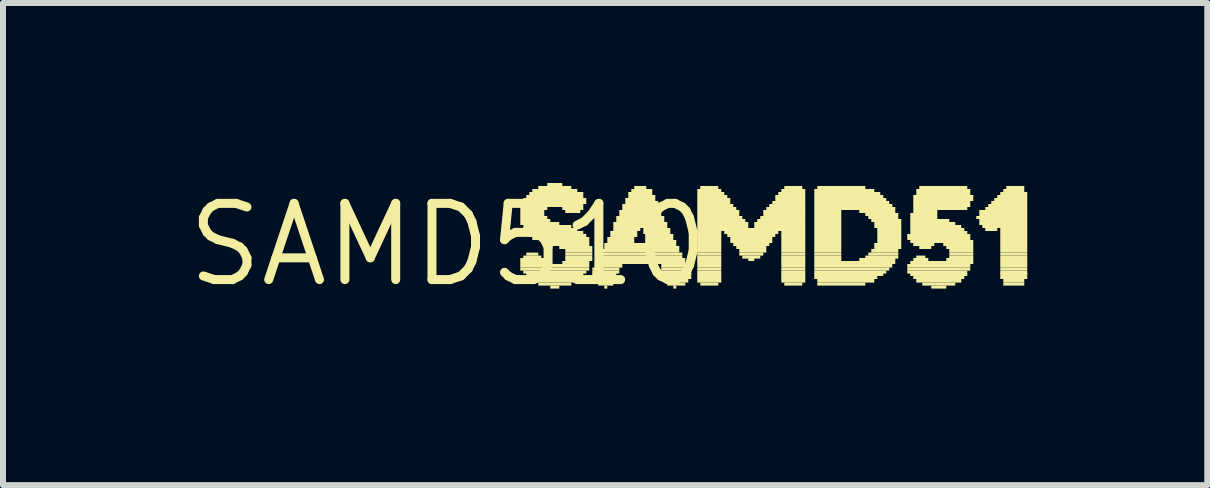
<source format=kicad_pcb>
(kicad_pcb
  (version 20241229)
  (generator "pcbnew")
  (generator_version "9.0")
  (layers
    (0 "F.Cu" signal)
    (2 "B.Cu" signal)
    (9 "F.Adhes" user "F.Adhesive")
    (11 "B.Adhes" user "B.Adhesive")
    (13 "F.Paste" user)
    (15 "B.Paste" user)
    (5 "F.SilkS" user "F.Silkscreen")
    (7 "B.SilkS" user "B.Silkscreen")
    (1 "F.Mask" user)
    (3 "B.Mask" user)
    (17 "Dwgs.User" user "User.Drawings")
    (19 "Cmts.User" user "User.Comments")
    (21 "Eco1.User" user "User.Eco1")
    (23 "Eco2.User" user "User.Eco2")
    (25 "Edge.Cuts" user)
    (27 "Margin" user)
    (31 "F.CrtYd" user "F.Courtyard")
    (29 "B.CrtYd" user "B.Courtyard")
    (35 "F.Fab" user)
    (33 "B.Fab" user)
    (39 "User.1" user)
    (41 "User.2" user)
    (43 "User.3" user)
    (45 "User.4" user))
  (footprint "SAMD510"
    (layer "F.Cu")
    (at 4.422 1.03)
    (property "Reference" "SAMD510" (at 0 0 0) (layer "F.SilkS") (effects (font (size 1.27 1.27) (thickness 0.15))))
    (fp_poly (pts (xy 1.2 -0.63) (xy 2.25 -0.63) (xy 2.25 -0.68) (xy 1.2 -0.68)) (stroke (width 0) (type default)) (fill yes) (layer "F.SilkS"))
    (fp_poly (pts (xy 1.2 -0.58) (xy 1.65 -0.58) (xy 1.65 -0.63) (xy 1.2 -0.63)) (stroke (width 0) (type default)) (fill yes) (layer "F.SilkS"))
    (fp_poly (pts (xy 1.2 -0.53) (xy 1.6 -0.53) (xy 1.6 -0.58) (xy 1.2 -0.58)) (stroke (width 0) (type default)) (fill yes) (layer "F.SilkS"))
    (fp_poly (pts (xy 1.2 -0.48) (xy 1.6 -0.48) (xy 1.6 -0.53) (xy 1.2 -0.53)) (stroke (width 0) (type default)) (fill yes) (layer "F.SilkS"))
    (fp_poly (pts (xy 1.2 -0.43) (xy 1.65 -0.43) (xy 1.65 -0.48) (xy 1.2 -0.48)) (stroke (width 0) (type default)) (fill yes) (layer "F.SilkS"))
    (fp_poly (pts (xy 1.2 -0.38) (xy 1.7 -0.38) (xy 1.7 -0.43) (xy 1.2 -0.43)) (stroke (width 0) (type default)) (fill yes) (layer "F.SilkS"))
    (fp_poly (pts (xy 1.2 -0.33) (xy 1.85 -0.33) (xy 1.85 -0.38) (xy 1.2 -0.38)) (stroke (width 0) (type default)) (fill yes) (layer "F.SilkS"))
    (fp_poly (pts (xy 1.2 0.27) (xy 1.6 0.27) (xy 1.6 0.22) (xy 1.2 0.22)) (stroke (width 0) (type default)) (fill yes) (layer "F.SilkS"))
    (fp_poly (pts (xy 1.2 0.32) (xy 1.7 0.32) (xy 1.7 0.27) (xy 1.2 0.27)) (stroke (width 0) (type default)) (fill yes) (layer "F.SilkS"))
    (fp_poly (pts (xy 1.2 0.38) (xy 2.35 0.38) (xy 2.35 0.32) (xy 1.2 0.32)) (stroke (width 0) (type default)) (fill yes) (layer "F.SilkS"))
    (fp_poly (pts (xy 1.2 0.43) (xy 2.35 0.43) (xy 2.35 0.38) (xy 1.2 0.38)) (stroke (width 0) (type default)) (fill yes) (layer "F.SilkS"))
    (fp_poly (pts (xy 1.25 -0.73) (xy 2.3 -0.73) (xy 2.3 -0.78) (xy 1.25 -0.78)) (stroke (width 0) (type default)) (fill yes) (layer "F.SilkS"))
    (fp_poly (pts (xy 1.25 -0.68) (xy 2.3 -0.68) (xy 2.3 -0.73) (xy 1.25 -0.73)) (stroke (width 0) (type default)) (fill yes) (layer "F.SilkS"))
    (fp_poly (pts (xy 1.25 -0.28) (xy 2.05 -0.28) (xy 2.05 -0.33) (xy 1.25 -0.33)) (stroke (width 0) (type default)) (fill yes) (layer "F.SilkS"))
    (fp_poly (pts (xy 1.25 -0.23) (xy 2.15 -0.23) (xy 2.15 -0.28) (xy 1.25 -0.28)) (stroke (width 0) (type default)) (fill yes) (layer "F.SilkS"))
    (fp_poly (pts (xy 1.25 0.23) (xy 1.55 0.23) (xy 1.55 0.18) (xy 1.25 0.18)) (stroke (width 0) (type default)) (fill yes) (layer "F.SilkS"))
    (fp_poly (pts (xy 1.25 0.48) (xy 2.3 0.48) (xy 2.3 0.43) (xy 1.25 0.43)) (stroke (width 0) (type default)) (fill yes) (layer "F.SilkS"))
    (fp_poly (pts (xy 1.3 -0.78) (xy 2.25 -0.78) (xy 2.25 -0.83) (xy 1.3 -0.83)) (stroke (width 0) (type default)) (fill yes) (layer "F.SilkS"))
    (fp_poly (pts (xy 1.3 -0.18) (xy 2.25 -0.18) (xy 2.25 -0.23) (xy 1.3 -0.23)) (stroke (width 0) (type default)) (fill yes) (layer "F.SilkS"))
    (fp_poly (pts (xy 1.3 0.18) (xy 1.5 0.18) (xy 1.5 0.13) (xy 1.3 0.13)) (stroke (width 0) (type default)) (fill yes) (layer "F.SilkS"))
    (fp_poly (pts (xy 1.3 0.52) (xy 2.25 0.52) (xy 2.25 0.47) (xy 1.3 0.47)) (stroke (width 0) (type default)) (fill yes) (layer "F.SilkS"))
    (fp_poly (pts (xy 1.35 -0.83) (xy 2.25 -0.83) (xy 2.25 -0.88) (xy 1.35 -0.88)) (stroke (width 0) (type default)) (fill yes) (layer "F.SilkS"))
    (fp_poly (pts (xy 1.35 -0.13) (xy 2.3 -0.13) (xy 2.3 -0.18) (xy 1.35 -0.18)) (stroke (width 0) (type default)) (fill yes) (layer "F.SilkS"))
    (fp_poly (pts (xy 1.35 0.57) (xy 2.2 0.57) (xy 2.2 0.52) (xy 1.35 0.52)) (stroke (width 0) (type default)) (fill yes) (layer "F.SilkS"))
    (fp_poly (pts (xy 1.4 -0.88) (xy 2.15 -0.88) (xy 2.15 -0.93) (xy 1.4 -0.93)) (stroke (width 0) (type default)) (fill yes) (layer "F.SilkS"))
    (fp_poly (pts (xy 1.4 -0.08) (xy 2.35 -0.08) (xy 2.35 -0.13) (xy 1.4 -0.13)) (stroke (width 0) (type default)) (fill yes) (layer "F.SilkS"))
    (fp_poly (pts (xy 1.4 0.63) (xy 2.15 0.63) (xy 2.15 0.57) (xy 1.4 0.57)) (stroke (width 0) (type default)) (fill yes) (layer "F.SilkS"))
    (fp_poly (pts (xy 1.5 -0.93) (xy 2.05 -0.93) (xy 2.05 -0.98) (xy 1.5 -0.98)) (stroke (width 0) (type default)) (fill yes) (layer "F.SilkS"))
    (fp_poly (pts (xy 1.5 0.68) (xy 2.05 0.68) (xy 2.05 0.63) (xy 1.5 0.63)) (stroke (width 0) (type default)) (fill yes) (layer "F.SilkS"))
    (fp_poly (pts (xy 1.55 -0.03) (xy 2.35 -0.03) (xy 2.35 -0.08) (xy 1.55 -0.08)) (stroke (width 0) (type default)) (fill yes) (layer "F.SilkS"))
    (fp_poly (pts (xy 1.65 -0.98) (xy 1.9 -0.98) (xy 1.9 -1.03) (xy 1.65 -1.03)) (stroke (width 0) (type default)) (fill yes) (layer "F.SilkS"))
    (fp_poly (pts (xy 1.65 0.02) (xy 2.35 0.02) (xy 2.35 -0.03) (xy 1.65 -0.03)) (stroke (width 0) (type default)) (fill yes) (layer "F.SilkS"))
    (fp_poly (pts (xy 1.7 0.73) (xy 1.85 0.73) (xy 1.85 0.68) (xy 1.7 0.68)) (stroke (width 0) (type default)) (fill yes) (layer "F.SilkS"))
    (fp_poly (pts (xy 1.85 0.07) (xy 2.4 0.07) (xy 2.4 0.02) (xy 1.85 0.02)) (stroke (width 0) (type default)) (fill yes) (layer "F.SilkS"))
    (fp_poly (pts (xy 1.9 -0.58) (xy 2.25 -0.58) (xy 2.25 -0.63) (xy 1.9 -0.63)) (stroke (width 0) (type default)) (fill yes) (layer "F.SilkS"))
    (fp_poly (pts (xy 1.9 0.32) (xy 2.35 0.32) (xy 2.35 0.27) (xy 1.9 0.27)) (stroke (width 0) (type default)) (fill yes) (layer "F.SilkS"))
    (fp_poly (pts (xy 1.95 -0.53) (xy 2.2 -0.53) (xy 2.2 -0.58) (xy 1.95 -0.58)) (stroke (width 0) (type default)) (fill yes) (layer "F.SilkS"))
    (fp_poly (pts (xy 1.95 0.13) (xy 2.4 0.13) (xy 2.4 0.07) (xy 1.95 0.07)) (stroke (width 0) (type default)) (fill yes) (layer "F.SilkS"))
    (fp_poly (pts (xy 1.95 0.18) (xy 2.4 0.18) (xy 2.4 0.13) (xy 1.95 0.13)) (stroke (width 0) (type default)) (fill yes) (layer "F.SilkS"))
    (fp_poly (pts (xy 1.95 0.23) (xy 2.4 0.23) (xy 2.4 0.18) (xy 1.95 0.18)) (stroke (width 0) (type default)) (fill yes) (layer "F.SilkS"))
    (fp_poly (pts (xy 1.95 0.27) (xy 2.4 0.27) (xy 2.4 0.22) (xy 1.95 0.22)) (stroke (width 0) (type default)) (fill yes) (layer "F.SilkS"))
    (fp_poly (pts (xy 2.4 0.43) (xy 2.85 0.43) (xy 2.85 0.38) (xy 2.4 0.38)) (stroke (width 0) (type default)) (fill yes) (layer "F.SilkS"))
    (fp_poly (pts (xy 2.4 0.48) (xy 2.85 0.48) (xy 2.85 0.43) (xy 2.4 0.43)) (stroke (width 0) (type default)) (fill yes) (layer "F.SilkS"))
    (fp_poly (pts (xy 2.4 0.52) (xy 2.8 0.52) (xy 2.8 0.47) (xy 2.4 0.47)) (stroke (width 0) (type default)) (fill yes) (layer "F.SilkS"))
    (fp_poly (pts (xy 2.4 0.57) (xy 2.8 0.57) (xy 2.8 0.52) (xy 2.4 0.52)) (stroke (width 0) (type default)) (fill yes) (layer "F.SilkS"))
    (fp_poly (pts (xy 2.4 0.63) (xy 2.75 0.63) (xy 2.75 0.57) (xy 2.4 0.57)) (stroke (width 0) (type default)) (fill yes) (layer "F.SilkS"))
    (fp_poly (pts (xy 2.45 0.32) (xy 3.95 0.32) (xy 3.95 0.27) (xy 2.45 0.27)) (stroke (width 0) (type default)) (fill yes) (layer "F.SilkS"))
    (fp_poly (pts (xy 2.45 0.38) (xy 2.9 0.38) (xy 2.9 0.32) (xy 2.45 0.32)) (stroke (width 0) (type default)) (fill yes) (layer "F.SilkS"))
    (fp_poly (pts (xy 2.5 0.23) (xy 3.9 0.23) (xy 3.9 0.18) (xy 2.5 0.18)) (stroke (width 0) (type default)) (fill yes) (layer "F.SilkS"))
    (fp_poly (pts (xy 2.5 0.27) (xy 3.95 0.27) (xy 3.95 0.22) (xy 2.5 0.22)) (stroke (width 0) (type default)) (fill yes) (layer "F.SilkS"))
    (fp_poly (pts (xy 2.5 0.68) (xy 2.75 0.68) (xy 2.75 0.63) (xy 2.5 0.63)) (stroke (width 0) (type default)) (fill yes) (layer "F.SilkS"))
    (fp_poly (pts (xy 2.55 0.13) (xy 3.85 0.13) (xy 3.85 0.07) (xy 2.55 0.07)) (stroke (width 0) (type default)) (fill yes) (layer "F.SilkS"))
    (fp_poly (pts (xy 2.55 0.18) (xy 3.9 0.18) (xy 3.9 0.13) (xy 2.55 0.13)) (stroke (width 0) (type default)) (fill yes) (layer "F.SilkS"))
    (fp_poly (pts (xy 2.6 0.02) (xy 3.8 0.02) (xy 3.8 -0.03) (xy 2.6 -0.03)) (stroke (width 0) (type default)) (fill yes) (layer "F.SilkS"))
    (fp_poly (pts (xy 2.6 0.07) (xy 3.85 0.07) (xy 3.85 0.02) (xy 2.6 0.02)) (stroke (width 0) (type default)) (fill yes) (layer "F.SilkS"))
    (fp_poly (pts (xy 2.6 0.73) (xy 2.65 0.73) (xy 2.65 0.68) (xy 2.6 0.68)) (stroke (width 0) (type default)) (fill yes) (layer "F.SilkS"))
    (fp_poly (pts (xy 2.65 -0.08) (xy 3.1 -0.08) (xy 3.1 -0.13) (xy 2.65 -0.13)) (stroke (width 0) (type default)) (fill yes) (layer "F.SilkS"))
    (fp_poly (pts (xy 2.65 -0.03) (xy 3.1 -0.03) (xy 3.1 -0.08) (xy 2.65 -0.08)) (stroke (width 0) (type default)) (fill yes) (layer "F.SilkS"))
    (fp_poly (pts (xy 2.7 -0.18) (xy 3.15 -0.18) (xy 3.15 -0.23) (xy 2.7 -0.23)) (stroke (width 0) (type default)) (fill yes) (layer "F.SilkS"))
    (fp_poly (pts (xy 2.7 -0.13) (xy 3.15 -0.13) (xy 3.15 -0.18) (xy 2.7 -0.18)) (stroke (width 0) (type default)) (fill yes) (layer "F.SilkS"))
    (fp_poly (pts (xy 2.75 -0.33) (xy 3.65 -0.33) (xy 3.65 -0.38) (xy 2.75 -0.38)) (stroke (width 0) (type default)) (fill yes) (layer "F.SilkS"))
    (fp_poly (pts (xy 2.75 -0.28) (xy 3.65 -0.28) (xy 3.65 -0.33) (xy 2.75 -0.33)) (stroke (width 0) (type default)) (fill yes) (layer "F.SilkS"))
    (fp_poly (pts (xy 2.75 -0.23) (xy 3.2 -0.23) (xy 3.2 -0.28) (xy 2.75 -0.28)) (stroke (width 0) (type default)) (fill yes) (layer "F.SilkS"))
    (fp_poly (pts (xy 2.8 -0.43) (xy 3.6 -0.43) (xy 3.6 -0.48) (xy 2.8 -0.48)) (stroke (width 0) (type default)) (fill yes) (layer "F.SilkS"))
    (fp_poly (pts (xy 2.8 -0.38) (xy 3.6 -0.38) (xy 3.6 -0.43) (xy 2.8 -0.43)) (stroke (width 0) (type default)) (fill yes) (layer "F.SilkS"))
    (fp_poly (pts (xy 2.85 -0.53) (xy 3.55 -0.53) (xy 3.55 -0.58) (xy 2.85 -0.58)) (stroke (width 0) (type default)) (fill yes) (layer "F.SilkS"))
    (fp_poly (pts (xy 2.85 -0.48) (xy 3.55 -0.48) (xy 3.55 -0.53) (xy 2.85 -0.53)) (stroke (width 0) (type default)) (fill yes) (layer "F.SilkS"))
    (fp_poly (pts (xy 2.9 -0.63) (xy 3.5 -0.63) (xy 3.5 -0.68) (xy 2.9 -0.68)) (stroke (width 0) (type default)) (fill yes) (layer "F.SilkS"))
    (fp_poly (pts (xy 2.9 -0.58) (xy 3.5 -0.58) (xy 3.5 -0.63) (xy 2.9 -0.63)) (stroke (width 0) (type default)) (fill yes) (layer "F.SilkS"))
    (fp_poly (pts (xy 2.95 -0.73) (xy 3.45 -0.73) (xy 3.45 -0.78) (xy 2.95 -0.78)) (stroke (width 0) (type default)) (fill yes) (layer "F.SilkS"))
    (fp_poly (pts (xy 2.95 -0.68) (xy 3.5 -0.68) (xy 3.5 -0.73) (xy 2.95 -0.73)) (stroke (width 0) (type default)) (fill yes) (layer "F.SilkS"))
    (fp_poly (pts (xy 3 -0.83) (xy 3.4 -0.83) (xy 3.4 -0.88) (xy 3 -0.88)) (stroke (width 0) (type default)) (fill yes) (layer "F.SilkS"))
    (fp_poly (pts (xy 3 -0.78) (xy 3.45 -0.78) (xy 3.45 -0.83) (xy 3 -0.83)) (stroke (width 0) (type default)) (fill yes) (layer "F.SilkS"))
    (fp_poly (pts (xy 3.05 -0.88) (xy 3.4 -0.88) (xy 3.4 -0.93) (xy 3.05 -0.93)) (stroke (width 0) (type default)) (fill yes) (layer "F.SilkS"))
    (fp_poly (pts (xy 3.1 -0.93) (xy 3.3 -0.93) (xy 3.3 -0.98) (xy 3.1 -0.98)) (stroke (width 0) (type default)) (fill yes) (layer "F.SilkS"))
    (fp_poly (pts (xy 3.25 -0.23) (xy 3.7 -0.23) (xy 3.7 -0.28) (xy 3.25 -0.28)) (stroke (width 0) (type default)) (fill yes) (layer "F.SilkS"))
    (fp_poly (pts (xy 3.25 -0.18) (xy 3.7 -0.18) (xy 3.7 -0.23) (xy 3.25 -0.23)) (stroke (width 0) (type default)) (fill yes) (layer "F.SilkS"))
    (fp_poly (pts (xy 3.3 -0.13) (xy 3.75 -0.13) (xy 3.75 -0.18) (xy 3.3 -0.18)) (stroke (width 0) (type default)) (fill yes) (layer "F.SilkS"))
    (fp_poly (pts (xy 3.3 -0.08) (xy 3.75 -0.08) (xy 3.75 -0.13) (xy 3.3 -0.13)) (stroke (width 0) (type default)) (fill yes) (layer "F.SilkS"))
    (fp_poly (pts (xy 3.35 -0.03) (xy 3.8 -0.03) (xy 3.8 -0.08) (xy 3.35 -0.08)) (stroke (width 0) (type default)) (fill yes) (layer "F.SilkS"))
    (fp_poly (pts (xy 3.55 0.38) (xy 4 0.38) (xy 4 0.32) (xy 3.55 0.32)) (stroke (width 0) (type default)) (fill yes) (layer "F.SilkS"))
    (fp_poly (pts (xy 3.55 0.43) (xy 4 0.43) (xy 4 0.38) (xy 3.55 0.38)) (stroke (width 0) (type default)) (fill yes) (layer "F.SilkS"))
    (fp_poly (pts (xy 3.55 0.48) (xy 4.05 0.48) (xy 4.05 0.43) (xy 3.55 0.43)) (stroke (width 0) (type default)) (fill yes) (layer "F.SilkS"))
    (fp_poly (pts (xy 3.6 0.52) (xy 4.05 0.52) (xy 4.05 0.47) (xy 3.6 0.47)) (stroke (width 0) (type default)) (fill yes) (layer "F.SilkS"))
    (fp_poly (pts (xy 3.6 0.57) (xy 4.05 0.57) (xy 4.05 0.52) (xy 3.6 0.52)) (stroke (width 0) (type default)) (fill yes) (layer "F.SilkS"))
    (fp_poly (pts (xy 3.65 0.63) (xy 4 0.63) (xy 4 0.57) (xy 3.65 0.57)) (stroke (width 0) (type default)) (fill yes) (layer "F.SilkS"))
    (fp_poly (pts (xy 3.65 0.68) (xy 3.95 0.68) (xy 3.95 0.63) (xy 3.65 0.63)) (stroke (width 0) (type default)) (fill yes) (layer "F.SilkS"))
    (fp_poly (pts (xy 3.75 0.73) (xy 3.8 0.73) (xy 3.8 0.68) (xy 3.75 0.68)) (stroke (width 0) (type default)) (fill yes) (layer "F.SilkS"))
    (fp_poly (pts (xy 4.15 -0.88) (xy 4.55 -0.88) (xy 4.55 -0.93) (xy 4.15 -0.93)) (stroke (width 0) (type default)) (fill yes) (layer "F.SilkS"))
    (fp_poly (pts (xy 4.15 -0.83) (xy 4.6 -0.83) (xy 4.6 -0.88) (xy 4.15 -0.88)) (stroke (width 0) (type default)) (fill yes) (layer "F.SilkS"))
    (fp_poly (pts (xy 4.15 -0.78) (xy 4.65 -0.78) (xy 4.65 -0.83) (xy 4.15 -0.83)) (stroke (width 0) (type default)) (fill yes) (layer "F.SilkS"))
    (fp_poly (pts (xy 4.15 -0.73) (xy 4.7 -0.73) (xy 4.7 -0.78) (xy 4.15 -0.78)) (stroke (width 0) (type default)) (fill yes) (layer "F.SilkS"))
    (fp_poly (pts (xy 4.15 -0.68) (xy 4.7 -0.68) (xy 4.7 -0.73) (xy 4.15 -0.73)) (stroke (width 0) (type default)) (fill yes) (layer "F.SilkS"))
    (fp_poly (pts (xy 4.15 -0.63) (xy 4.75 -0.63) (xy 4.75 -0.68) (xy 4.15 -0.68)) (stroke (width 0) (type default)) (fill yes) (layer "F.SilkS"))
    (fp_poly (pts (xy 4.15 -0.58) (xy 4.8 -0.58) (xy 4.8 -0.63) (xy 4.15 -0.63)) (stroke (width 0) (type default)) (fill yes) (layer "F.SilkS"))
    (fp_poly (pts (xy 4.15 -0.53) (xy 4.85 -0.53) (xy 4.85 -0.58) (xy 4.15 -0.58)) (stroke (width 0) (type default)) (fill yes) (layer "F.SilkS"))
    (fp_poly (pts (xy 4.15 -0.48) (xy 4.85 -0.48) (xy 4.85 -0.53) (xy 4.15 -0.53)) (stroke (width 0) (type default)) (fill yes) (layer "F.SilkS"))
    (fp_poly (pts (xy 4.15 -0.43) (xy 4.9 -0.43) (xy 4.9 -0.48) (xy 4.15 -0.48)) (stroke (width 0) (type default)) (fill yes) (layer "F.SilkS"))
    (fp_poly (pts (xy 4.15 -0.38) (xy 4.95 -0.38) (xy 4.95 -0.43) (xy 4.15 -0.43)) (stroke (width 0) (type default)) (fill yes) (layer "F.SilkS"))
    (fp_poly (pts (xy 4.15 -0.33) (xy 5 -0.33) (xy 5 -0.38) (xy 4.15 -0.38)) (stroke (width 0) (type default)) (fill yes) (layer "F.SilkS"))
    (fp_poly (pts (xy 4.15 -0.28) (xy 5 -0.28) (xy 5 -0.33) (xy 4.15 -0.33)) (stroke (width 0) (type default)) (fill yes) (layer "F.SilkS"))
    (fp_poly (pts (xy 4.15 -0.23) (xy 5.95 -0.23) (xy 5.95 -0.28) (xy 4.15 -0.28)) (stroke (width 0) (type default)) (fill yes) (layer "F.SilkS"))
    (fp_poly (pts (xy 4.15 -0.18) (xy 4.55 -0.18) (xy 4.55 -0.23) (xy 4.15 -0.23)) (stroke (width 0) (type default)) (fill yes) (layer "F.SilkS"))
    (fp_poly (pts (xy 4.15 -0.13) (xy 4.55 -0.13) (xy 4.55 -0.18) (xy 4.15 -0.18)) (stroke (width 0) (type default)) (fill yes) (layer "F.SilkS"))
    (fp_poly (pts (xy 4.15 -0.08) (xy 4.55 -0.08) (xy 4.55 -0.13) (xy 4.15 -0.13)) (stroke (width 0) (type default)) (fill yes) (layer "F.SilkS"))
    (fp_poly (pts (xy 4.15 -0.03) (xy 4.55 -0.03) (xy 4.55 -0.08) (xy 4.15 -0.08)) (stroke (width 0) (type default)) (fill yes) (layer "F.SilkS"))
    (fp_poly (pts (xy 4.15 0.02) (xy 4.55 0.02) (xy 4.55 -0.03) (xy 4.15 -0.03)) (stroke (width 0) (type default)) (fill yes) (layer "F.SilkS"))
    (fp_poly (pts (xy 4.15 0.07) (xy 4.55 0.07) (xy 4.55 0.02) (xy 4.15 0.02)) (stroke (width 0) (type default)) (fill yes) (layer "F.SilkS"))
    (fp_poly (pts (xy 4.15 0.13) (xy 4.55 0.13) (xy 4.55 0.07) (xy 4.15 0.07)) (stroke (width 0) (type default)) (fill yes) (layer "F.SilkS"))
    (fp_poly (pts (xy 4.15 0.18) (xy 4.55 0.18) (xy 4.55 0.13) (xy 4.15 0.13)) (stroke (width 0) (type default)) (fill yes) (layer "F.SilkS"))
    (fp_poly (pts (xy 4.15 0.23) (xy 4.55 0.23) (xy 4.55 0.18) (xy 4.15 0.18)) (stroke (width 0) (type default)) (fill yes) (layer "F.SilkS"))
    (fp_poly (pts (xy 4.15 0.27) (xy 4.55 0.27) (xy 4.55 0.22) (xy 4.15 0.22)) (stroke (width 0) (type default)) (fill yes) (layer "F.SilkS"))
    (fp_poly (pts (xy 4.15 0.32) (xy 4.55 0.32) (xy 4.55 0.27) (xy 4.15 0.27)) (stroke (width 0) (type default)) (fill yes) (layer "F.SilkS"))
    (fp_poly (pts (xy 4.15 0.38) (xy 4.55 0.38) (xy 4.55 0.32) (xy 4.15 0.32)) (stroke (width 0) (type default)) (fill yes) (layer "F.SilkS"))
    (fp_poly (pts (xy 4.15 0.43) (xy 4.55 0.43) (xy 4.55 0.38) (xy 4.15 0.38)) (stroke (width 0) (type default)) (fill yes) (layer "F.SilkS"))
    (fp_poly (pts (xy 4.15 0.48) (xy 4.55 0.48) (xy 4.55 0.43) (xy 4.15 0.43)) (stroke (width 0) (type default)) (fill yes) (layer "F.SilkS"))
    (fp_poly (pts (xy 4.15 0.52) (xy 4.55 0.52) (xy 4.55 0.47) (xy 4.15 0.47)) (stroke (width 0) (type default)) (fill yes) (layer "F.SilkS"))
    (fp_poly (pts (xy 4.15 0.57) (xy 4.55 0.57) (xy 4.55 0.52) (xy 4.15 0.52)) (stroke (width 0) (type default)) (fill yes) (layer "F.SilkS"))
    (fp_poly (pts (xy 4.15 0.63) (xy 4.55 0.63) (xy 4.55 0.57) (xy 4.15 0.57)) (stroke (width 0) (type default)) (fill yes) (layer "F.SilkS"))
    (fp_poly (pts (xy 4.2 -0.93) (xy 4.5 -0.93) (xy 4.5 -0.98) (xy 4.2 -0.98)) (stroke (width 0) (type default)) (fill yes) (layer "F.SilkS"))
    (fp_poly (pts (xy 4.2 0.68) (xy 4.5 0.68) (xy 4.5 0.63) (xy 4.2 0.63)) (stroke (width 0) (type default)) (fill yes) (layer "F.SilkS"))
    (fp_poly (pts (xy 4.6 -0.18) (xy 5.5 -0.18) (xy 5.5 -0.23) (xy 4.6 -0.23)) (stroke (width 0) (type default)) (fill yes) (layer "F.SilkS"))
    (fp_poly (pts (xy 4.65 -0.13) (xy 5.45 -0.13) (xy 5.45 -0.18) (xy 4.65 -0.18)) (stroke (width 0) (type default)) (fill yes) (layer "F.SilkS"))
    (fp_poly (pts (xy 4.7 -0.08) (xy 5.4 -0.08) (xy 5.4 -0.13) (xy 4.7 -0.13)) (stroke (width 0) (type default)) (fill yes) (layer "F.SilkS"))
    (fp_poly (pts (xy 4.7 -0.03) (xy 5.4 -0.03) (xy 5.4 -0.08) (xy 4.7 -0.08)) (stroke (width 0) (type default)) (fill yes) (layer "F.SilkS"))
    (fp_poly (pts (xy 4.75 0.02) (xy 5.35 0.02) (xy 5.35 -0.03) (xy 4.75 -0.03)) (stroke (width 0) (type default)) (fill yes) (layer "F.SilkS"))
    (fp_poly (pts (xy 4.8 0.07) (xy 5.3 0.07) (xy 5.3 0.02) (xy 4.8 0.02)) (stroke (width 0) (type default)) (fill yes) (layer "F.SilkS"))
    (fp_poly (pts (xy 4.85 0.13) (xy 5.3 0.13) (xy 5.3 0.07) (xy 4.85 0.07)) (stroke (width 0) (type default)) (fill yes) (layer "F.SilkS"))
    (fp_poly (pts (xy 4.85 0.18) (xy 5.25 0.18) (xy 5.25 0.13) (xy 4.85 0.13)) (stroke (width 0) (type default)) (fill yes) (layer "F.SilkS"))
    (fp_poly (pts (xy 4.9 0.23) (xy 5.2 0.23) (xy 5.2 0.18) (xy 4.9 0.18)) (stroke (width 0) (type default)) (fill yes) (layer "F.SilkS"))
    (fp_poly (pts (xy 5 0.27) (xy 5.1 0.27) (xy 5.1 0.22) (xy 5 0.22)) (stroke (width 0) (type default)) (fill yes) (layer "F.SilkS"))
    (fp_poly (pts (xy 5.1 -0.33) (xy 5.95 -0.33) (xy 5.95 -0.38) (xy 5.1 -0.38)) (stroke (width 0) (type default)) (fill yes) (layer "F.SilkS"))
    (fp_poly (pts (xy 5.1 -0.28) (xy 5.95 -0.28) (xy 5.95 -0.33) (xy 5.1 -0.33)) (stroke (width 0) (type default)) (fill yes) (layer "F.SilkS"))
    (fp_poly (pts (xy 5.15 -0.38) (xy 5.95 -0.38) (xy 5.95 -0.43) (xy 5.15 -0.43)) (stroke (width 0) (type default)) (fill yes) (layer "F.SilkS"))
    (fp_poly (pts (xy 5.2 -0.43) (xy 5.95 -0.43) (xy 5.95 -0.48) (xy 5.2 -0.48)) (stroke (width 0) (type default)) (fill yes) (layer "F.SilkS"))
    (fp_poly (pts (xy 5.25 -0.53) (xy 5.95 -0.53) (xy 5.95 -0.58) (xy 5.25 -0.58)) (stroke (width 0) (type default)) (fill yes) (layer "F.SilkS"))
    (fp_poly (pts (xy 5.25 -0.48) (xy 5.95 -0.48) (xy 5.95 -0.53) (xy 5.25 -0.53)) (stroke (width 0) (type default)) (fill yes) (layer "F.SilkS"))
    (fp_poly (pts (xy 5.3 -0.58) (xy 5.95 -0.58) (xy 5.95 -0.63) (xy 5.3 -0.63)) (stroke (width 0) (type default)) (fill yes) (layer "F.SilkS"))
    (fp_poly (pts (xy 5.35 -0.63) (xy 5.95 -0.63) (xy 5.95 -0.68) (xy 5.35 -0.68)) (stroke (width 0) (type default)) (fill yes) (layer "F.SilkS"))
    (fp_poly (pts (xy 5.4 -0.68) (xy 5.95 -0.68) (xy 5.95 -0.73) (xy 5.4 -0.73)) (stroke (width 0) (type default)) (fill yes) (layer "F.SilkS"))
    (fp_poly (pts (xy 5.45 -0.78) (xy 5.95 -0.78) (xy 5.95 -0.83) (xy 5.45 -0.83)) (stroke (width 0) (type default)) (fill yes) (layer "F.SilkS"))
    (fp_poly (pts (xy 5.45 -0.73) (xy 5.95 -0.73) (xy 5.95 -0.78) (xy 5.45 -0.78)) (stroke (width 0) (type default)) (fill yes) (layer "F.SilkS"))
    (fp_poly (pts (xy 5.5 -0.83) (xy 5.95 -0.83) (xy 5.95 -0.88) (xy 5.5 -0.88)) (stroke (width 0) (type default)) (fill yes) (layer "F.SilkS"))
    (fp_poly (pts (xy 5.55 -0.88) (xy 5.95 -0.88) (xy 5.95 -0.93) (xy 5.55 -0.93)) (stroke (width 0) (type default)) (fill yes) (layer "F.SilkS"))
    (fp_poly (pts (xy 5.55 -0.18) (xy 5.95 -0.18) (xy 5.95 -0.23) (xy 5.55 -0.23)) (stroke (width 0) (type default)) (fill yes) (layer "F.SilkS"))
    (fp_poly (pts (xy 5.55 -0.13) (xy 5.95 -0.13) (xy 5.95 -0.18) (xy 5.55 -0.18)) (stroke (width 0) (type default)) (fill yes) (layer "F.SilkS"))
    (fp_poly (pts (xy 5.55 -0.08) (xy 5.95 -0.08) (xy 5.95 -0.13) (xy 5.55 -0.13)) (stroke (width 0) (type default)) (fill yes) (layer "F.SilkS"))
    (fp_poly (pts (xy 5.55 -0.03) (xy 5.95 -0.03) (xy 5.95 -0.08) (xy 5.55 -0.08)) (stroke (width 0) (type default)) (fill yes) (layer "F.SilkS"))
    (fp_poly (pts (xy 5.55 0.02) (xy 5.95 0.02) (xy 5.95 -0.03) (xy 5.55 -0.03)) (stroke (width 0) (type default)) (fill yes) (layer "F.SilkS"))
    (fp_poly (pts (xy 5.55 0.07) (xy 5.95 0.07) (xy 5.95 0.02) (xy 5.55 0.02)) (stroke (width 0) (type default)) (fill yes) (layer "F.SilkS"))
    (fp_poly (pts (xy 5.55 0.13) (xy 5.95 0.13) (xy 5.95 0.07) (xy 5.55 0.07)) (stroke (width 0) (type default)) (fill yes) (layer "F.SilkS"))
    (fp_poly (pts (xy 5.55 0.18) (xy 5.95 0.18) (xy 5.95 0.13) (xy 5.55 0.13)) (stroke (width 0) (type default)) (fill yes) (layer "F.SilkS"))
    (fp_poly (pts (xy 5.55 0.23) (xy 5.95 0.23) (xy 5.95 0.18) (xy 5.55 0.18)) (stroke (width 0) (type default)) (fill yes) (layer "F.SilkS"))
    (fp_poly (pts (xy 5.55 0.27) (xy 5.95 0.27) (xy 5.95 0.22) (xy 5.55 0.22)) (stroke (width 0) (type default)) (fill yes) (layer "F.SilkS"))
    (fp_poly (pts (xy 5.55 0.32) (xy 5.95 0.32) (xy 5.95 0.27) (xy 5.55 0.27)) (stroke (width 0) (type default)) (fill yes) (layer "F.SilkS"))
    (fp_poly (pts (xy 5.55 0.38) (xy 5.95 0.38) (xy 5.95 0.32) (xy 5.55 0.32)) (stroke (width 0) (type default)) (fill yes) (layer "F.SilkS"))
    (fp_poly (pts (xy 5.55 0.43) (xy 5.95 0.43) (xy 5.95 0.38) (xy 5.55 0.38)) (stroke (width 0) (type default)) (fill yes) (layer "F.SilkS"))
    (fp_poly (pts (xy 5.55 0.48) (xy 5.95 0.48) (xy 5.95 0.43) (xy 5.55 0.43)) (stroke (width 0) (type default)) (fill yes) (layer "F.SilkS"))
    (fp_poly (pts (xy 5.55 0.52) (xy 5.95 0.52) (xy 5.95 0.47) (xy 5.55 0.47)) (stroke (width 0) (type default)) (fill yes) (layer "F.SilkS"))
    (fp_poly (pts (xy 5.55 0.57) (xy 5.95 0.57) (xy 5.95 0.52) (xy 5.55 0.52)) (stroke (width 0) (type default)) (fill yes) (layer "F.SilkS"))
    (fp_poly (pts (xy 5.55 0.63) (xy 5.95 0.63) (xy 5.95 0.57) (xy 5.55 0.57)) (stroke (width 0) (type default)) (fill yes) (layer "F.SilkS"))
    (fp_poly (pts (xy 5.6 -0.93) (xy 5.9 -0.93) (xy 5.9 -0.98) (xy 5.6 -0.98)) (stroke (width 0) (type default)) (fill yes) (layer "F.SilkS"))
    (fp_poly (pts (xy 5.6 0.68) (xy 5.9 0.68) (xy 5.9 0.63) (xy 5.6 0.63)) (stroke (width 0) (type default)) (fill yes) (layer "F.SilkS"))
    (fp_poly (pts (xy 6.1 -0.88) (xy 7.1 -0.88) (xy 7.1 -0.93) (xy 6.1 -0.93)) (stroke (width 0) (type default)) (fill yes) (layer "F.SilkS"))
    (fp_poly (pts (xy 6.1 -0.83) (xy 7.2 -0.83) (xy 7.2 -0.88) (xy 6.1 -0.88)) (stroke (width 0) (type default)) (fill yes) (layer "F.SilkS"))
    (fp_poly (pts (xy 6.1 -0.78) (xy 7.25 -0.78) (xy 7.25 -0.83) (xy 6.1 -0.83)) (stroke (width 0) (type default)) (fill yes) (layer "F.SilkS"))
    (fp_poly (pts (xy 6.1 -0.73) (xy 7.3 -0.73) (xy 7.3 -0.78) (xy 6.1 -0.78)) (stroke (width 0) (type default)) (fill yes) (layer "F.SilkS"))
    (fp_poly (pts (xy 6.1 -0.68) (xy 7.35 -0.68) (xy 7.35 -0.73) (xy 6.1 -0.73)) (stroke (width 0) (type default)) (fill yes) (layer "F.SilkS"))
    (fp_poly (pts (xy 6.1 -0.63) (xy 7.4 -0.63) (xy 7.4 -0.68) (xy 6.1 -0.68)) (stroke (width 0) (type default)) (fill yes) (layer "F.SilkS"))
    (fp_poly (pts (xy 6.1 -0.58) (xy 7.45 -0.58) (xy 7.45 -0.63) (xy 6.1 -0.63)) (stroke (width 0) (type default)) (fill yes) (layer "F.SilkS"))
    (fp_poly (pts (xy 6.1 -0.53) (xy 6.55 -0.53) (xy 6.55 -0.58) (xy 6.1 -0.58)) (stroke (width 0) (type default)) (fill yes) (layer "F.SilkS"))
    (fp_poly (pts (xy 6.1 -0.48) (xy 6.55 -0.48) (xy 6.55 -0.53) (xy 6.1 -0.53)) (stroke (width 0) (type default)) (fill yes) (layer "F.SilkS"))
    (fp_poly (pts (xy 6.1 -0.43) (xy 6.55 -0.43) (xy 6.55 -0.48) (xy 6.1 -0.48)) (stroke (width 0) (type default)) (fill yes) (layer "F.SilkS"))
    (fp_poly (pts (xy 6.1 -0.38) (xy 6.55 -0.38) (xy 6.55 -0.43) (xy 6.1 -0.43)) (stroke (width 0) (type default)) (fill yes) (layer "F.SilkS"))
    (fp_poly (pts (xy 6.1 -0.33) (xy 6.55 -0.33) (xy 6.55 -0.38) (xy 6.1 -0.38)) (stroke (width 0) (type default)) (fill yes) (layer "F.SilkS"))
    (fp_poly (pts (xy 6.1 -0.28) (xy 6.55 -0.28) (xy 6.55 -0.33) (xy 6.1 -0.33)) (stroke (width 0) (type default)) (fill yes) (layer "F.SilkS"))
    (fp_poly (pts (xy 6.1 -0.23) (xy 6.55 -0.23) (xy 6.55 -0.28) (xy 6.1 -0.28)) (stroke (width 0) (type default)) (fill yes) (layer "F.SilkS"))
    (fp_poly (pts (xy 6.1 -0.18) (xy 6.55 -0.18) (xy 6.55 -0.23) (xy 6.1 -0.23)) (stroke (width 0) (type default)) (fill yes) (layer "F.SilkS"))
    (fp_poly (pts (xy 6.1 -0.13) (xy 6.55 -0.13) (xy 6.55 -0.18) (xy 6.1 -0.18)) (stroke (width 0) (type default)) (fill yes) (layer "F.SilkS"))
    (fp_poly (pts (xy 6.1 -0.08) (xy 6.55 -0.08) (xy 6.55 -0.13) (xy 6.1 -0.13)) (stroke (width 0) (type default)) (fill yes) (layer "F.SilkS"))
    (fp_poly (pts (xy 6.1 -0.03) (xy 6.55 -0.03) (xy 6.55 -0.08) (xy 6.1 -0.08)) (stroke (width 0) (type default)) (fill yes) (layer "F.SilkS"))
    (fp_poly (pts (xy 6.1 0.02) (xy 6.55 0.02) (xy 6.55 -0.03) (xy 6.1 -0.03)) (stroke (width 0) (type default)) (fill yes) (layer "F.SilkS"))
    (fp_poly (pts (xy 6.1 0.07) (xy 6.55 0.07) (xy 6.55 0.02) (xy 6.1 0.02)) (stroke (width 0) (type default)) (fill yes) (layer "F.SilkS"))
    (fp_poly (pts (xy 6.1 0.13) (xy 6.55 0.13) (xy 6.55 0.07) (xy 6.1 0.07)) (stroke (width 0) (type default)) (fill yes) (layer "F.SilkS"))
    (fp_poly (pts (xy 6.1 0.18) (xy 6.55 0.18) (xy 6.55 0.13) (xy 6.1 0.13)) (stroke (width 0) (type default)) (fill yes) (layer "F.SilkS"))
    (fp_poly (pts (xy 6.1 0.23) (xy 6.55 0.23) (xy 6.55 0.18) (xy 6.1 0.18)) (stroke (width 0) (type default)) (fill yes) (layer "F.SilkS"))
    (fp_poly (pts (xy 6.1 0.27) (xy 6.55 0.27) (xy 6.55 0.22) (xy 6.1 0.22)) (stroke (width 0) (type default)) (fill yes) (layer "F.SilkS"))
    (fp_poly (pts (xy 6.1 0.32) (xy 7.45 0.32) (xy 7.45 0.27) (xy 6.1 0.27)) (stroke (width 0) (type default)) (fill yes) (layer "F.SilkS"))
    (fp_poly (pts (xy 6.1 0.38) (xy 7.4 0.38) (xy 7.4 0.32) (xy 6.1 0.32)) (stroke (width 0) (type default)) (fill yes) (layer "F.SilkS"))
    (fp_poly (pts (xy 6.1 0.43) (xy 7.35 0.43) (xy 7.35 0.38) (xy 6.1 0.38)) (stroke (width 0) (type default)) (fill yes) (layer "F.SilkS"))
    (fp_poly (pts (xy 6.1 0.48) (xy 7.3 0.48) (xy 7.3 0.43) (xy 6.1 0.43)) (stroke (width 0) (type default)) (fill yes) (layer "F.SilkS"))
    (fp_poly (pts (xy 6.1 0.52) (xy 7.25 0.52) (xy 7.25 0.47) (xy 6.1 0.47)) (stroke (width 0) (type default)) (fill yes) (layer "F.SilkS"))
    (fp_poly (pts (xy 6.1 0.57) (xy 7.15 0.57) (xy 7.15 0.52) (xy 6.1 0.52)) (stroke (width 0) (type default)) (fill yes) (layer "F.SilkS"))
    (fp_poly (pts (xy 6.15 -0.93) (xy 6.95 -0.93) (xy 6.95 -0.98) (xy 6.15 -0.98)) (stroke (width 0) (type default)) (fill yes) (layer "F.SilkS"))
    (fp_poly (pts (xy 6.15 0.63) (xy 7.1 0.63) (xy 7.1 0.57) (xy 6.15 0.57)) (stroke (width 0) (type default)) (fill yes) (layer "F.SilkS"))
    (fp_poly (pts (xy 6.15 0.68) (xy 6.95 0.68) (xy 6.95 0.63) (xy 6.15 0.63)) (stroke (width 0) (type default)) (fill yes) (layer "F.SilkS"))
    (fp_poly (pts (xy 6.85 -0.53) (xy 7.45 -0.53) (xy 7.45 -0.58) (xy 6.85 -0.58)) (stroke (width 0) (type default)) (fill yes) (layer "F.SilkS"))
    (fp_poly (pts (xy 6.85 0.27) (xy 7.45 0.27) (xy 7.45 0.22) (xy 6.85 0.22)) (stroke (width 0) (type default)) (fill yes) (layer "F.SilkS"))
    (fp_poly (pts (xy 6.95 -0.48) (xy 7.5 -0.48) (xy 7.5 -0.53) (xy 6.95 -0.53)) (stroke (width 0) (type default)) (fill yes) (layer "F.SilkS"))
    (fp_poly (pts (xy 6.95 0.23) (xy 7.5 0.23) (xy 7.5 0.18) (xy 6.95 0.18)) (stroke (width 0) (type default)) (fill yes) (layer "F.SilkS"))
    (fp_poly (pts (xy 7 -0.43) (xy 7.5 -0.43) (xy 7.5 -0.48) (xy 7 -0.48)) (stroke (width 0) (type default)) (fill yes) (layer "F.SilkS"))
    (fp_poly (pts (xy 7 0.18) (xy 7.5 0.18) (xy 7.5 0.13) (xy 7 0.13)) (stroke (width 0) (type default)) (fill yes) (layer "F.SilkS"))
    (fp_poly (pts (xy 7.05 -0.38) (xy 7.55 -0.38) (xy 7.55 -0.43) (xy 7.05 -0.43)) (stroke (width 0) (type default)) (fill yes) (layer "F.SilkS"))
    (fp_poly (pts (xy 7.05 0.13) (xy 7.5 0.13) (xy 7.5 0.07) (xy 7.05 0.07)) (stroke (width 0) (type default)) (fill yes) (layer "F.SilkS"))
    (fp_poly (pts (xy 7.1 -0.33) (xy 7.55 -0.33) (xy 7.55 -0.38) (xy 7.1 -0.38)) (stroke (width 0) (type default)) (fill yes) (layer "F.SilkS"))
    (fp_poly (pts (xy 7.1 -0.28) (xy 7.55 -0.28) (xy 7.55 -0.33) (xy 7.1 -0.33)) (stroke (width 0) (type default)) (fill yes) (layer "F.SilkS"))
    (fp_poly (pts (xy 7.1 0.02) (xy 7.55 0.02) (xy 7.55 -0.03) (xy 7.1 -0.03)) (stroke (width 0) (type default)) (fill yes) (layer "F.SilkS"))
    (fp_poly (pts (xy 7.1 0.07) (xy 7.55 0.07) (xy 7.55 0.02) (xy 7.1 0.02)) (stroke (width 0) (type default)) (fill yes) (layer "F.SilkS"))
    (fp_poly (pts (xy 7.15 -0.23) (xy 7.55 -0.23) (xy 7.55 -0.28) (xy 7.15 -0.28)) (stroke (width 0) (type default)) (fill yes) (layer "F.SilkS"))
    (fp_poly (pts (xy 7.15 -0.18) (xy 7.55 -0.18) (xy 7.55 -0.23) (xy 7.15 -0.23)) (stroke (width 0) (type default)) (fill yes) (layer "F.SilkS"))
    (fp_poly (pts (xy 7.15 -0.13) (xy 7.55 -0.13) (xy 7.55 -0.18) (xy 7.15 -0.18)) (stroke (width 0) (type default)) (fill yes) (layer "F.SilkS"))
    (fp_poly (pts (xy 7.15 -0.08) (xy 7.55 -0.08) (xy 7.55 -0.13) (xy 7.15 -0.13)) (stroke (width 0) (type default)) (fill yes) (layer "F.SilkS"))
    (fp_poly (pts (xy 7.15 -0.03) (xy 7.55 -0.03) (xy 7.55 -0.08) (xy 7.15 -0.08)) (stroke (width 0) (type default)) (fill yes) (layer "F.SilkS"))
    (fp_poly (pts (xy 7.65 -0.13) (xy 8.7 -0.13) (xy 8.7 -0.18) (xy 7.65 -0.18)) (stroke (width 0) (type default)) (fill yes) (layer "F.SilkS"))
    (fp_poly (pts (xy 7.65 -0.08) (xy 8.7 -0.08) (xy 8.7 -0.13) (xy 7.65 -0.13)) (stroke (width 0) (type default)) (fill yes) (layer "F.SilkS"))
    (fp_poly (pts (xy 7.65 0.38) (xy 8.7 0.38) (xy 8.7 0.32) (xy 7.65 0.32)) (stroke (width 0) (type default)) (fill yes) (layer "F.SilkS"))
    (fp_poly (pts (xy 7.65 0.43) (xy 8.7 0.43) (xy 8.7 0.38) (xy 7.65 0.38)) (stroke (width 0) (type default)) (fill yes) (layer "F.SilkS"))
    (fp_poly (pts (xy 7.65 0.48) (xy 8.65 0.48) (xy 8.65 0.43) (xy 7.65 0.43)) (stroke (width 0) (type default)) (fill yes) (layer "F.SilkS"))
    (fp_poly (pts (xy 7.7 -0.48) (xy 8.15 -0.48) (xy 8.15 -0.53) (xy 7.7 -0.53)) (stroke (width 0) (type default)) (fill yes) (layer "F.SilkS"))
    (fp_poly (pts (xy 7.7 -0.43) (xy 8.15 -0.43) (xy 8.15 -0.48) (xy 7.7 -0.48)) (stroke (width 0) (type default)) (fill yes) (layer "F.SilkS"))
    (fp_poly (pts (xy 7.7 -0.38) (xy 8.35 -0.38) (xy 8.35 -0.43) (xy 7.7 -0.43)) (stroke (width 0) (type default)) (fill yes) (layer "F.SilkS"))
    (fp_poly (pts (xy 7.7 -0.33) (xy 8.45 -0.33) (xy 8.45 -0.38) (xy 7.7 -0.38)) (stroke (width 0) (type default)) (fill yes) (layer "F.SilkS"))
    (fp_poly (pts (xy 7.7 -0.28) (xy 8.55 -0.28) (xy 8.55 -0.33) (xy 7.7 -0.33)) (stroke (width 0) (type default)) (fill yes) (layer "F.SilkS"))
    (fp_poly (pts (xy 7.7 -0.23) (xy 8.6 -0.23) (xy 8.6 -0.28) (xy 7.7 -0.28)) (stroke (width 0) (type default)) (fill yes) (layer "F.SilkS"))
    (fp_poly (pts (xy 7.7 -0.18) (xy 8.65 -0.18) (xy 8.65 -0.23) (xy 7.7 -0.23)) (stroke (width 0) (type default)) (fill yes) (layer "F.SilkS"))
    (fp_poly (pts (xy 7.7 -0.03) (xy 8.75 -0.03) (xy 8.75 -0.08) (xy 7.7 -0.08)) (stroke (width 0) (type default)) (fill yes) (layer "F.SilkS"))
    (fp_poly (pts (xy 7.7 0.32) (xy 8.75 0.32) (xy 8.75 0.27) (xy 7.7 0.27)) (stroke (width 0) (type default)) (fill yes) (layer "F.SilkS"))
    (fp_poly (pts (xy 7.7 0.52) (xy 8.65 0.52) (xy 8.65 0.47) (xy 7.7 0.47)) (stroke (width 0) (type default)) (fill yes) (layer "F.SilkS"))
    (fp_poly (pts (xy 7.75 -0.78) (xy 8.75 -0.78) (xy 8.75 -0.83) (xy 7.75 -0.83)) (stroke (width 0) (type default)) (fill yes) (layer "F.SilkS"))
    (fp_poly (pts (xy 7.75 -0.73) (xy 8.75 -0.73) (xy 8.75 -0.78) (xy 7.75 -0.78)) (stroke (width 0) (type default)) (fill yes) (layer "F.SilkS"))
    (fp_poly (pts (xy 7.75 -0.68) (xy 8.7 -0.68) (xy 8.7 -0.73) (xy 7.75 -0.73)) (stroke (width 0) (type default)) (fill yes) (layer "F.SilkS"))
    (fp_poly (pts (xy 7.75 -0.63) (xy 8.7 -0.63) (xy 8.7 -0.68) (xy 7.75 -0.68)) (stroke (width 0) (type default)) (fill yes) (layer "F.SilkS"))
    (fp_poly (pts (xy 7.75 -0.58) (xy 8.65 -0.58) (xy 8.65 -0.63) (xy 7.75 -0.63)) (stroke (width 0) (type default)) (fill yes) (layer "F.SilkS"))
    (fp_poly (pts (xy 7.75 -0.53) (xy 8.15 -0.53) (xy 8.15 -0.58) (xy 7.75 -0.58)) (stroke (width 0) (type default)) (fill yes) (layer "F.SilkS"))
    (fp_poly (pts (xy 7.75 0.02) (xy 8.1 0.02) (xy 8.1 -0.03) (xy 7.75 -0.03)) (stroke (width 0) (type default)) (fill yes) (layer "F.SilkS"))
    (fp_poly (pts (xy 7.75 0.27) (xy 8 0.27) (xy 8 0.22) (xy 7.75 0.22)) (stroke (width 0) (type default)) (fill yes) (layer "F.SilkS"))
    (fp_poly (pts (xy 7.75 0.57) (xy 8.6 0.57) (xy 8.6 0.52) (xy 7.75 0.52)) (stroke (width 0) (type default)) (fill yes) (layer "F.SilkS"))
    (fp_poly (pts (xy 7.8 -0.88) (xy 8.7 -0.88) (xy 8.7 -0.93) (xy 7.8 -0.93)) (stroke (width 0) (type default)) (fill yes) (layer "F.SilkS"))
    (fp_poly (pts (xy 7.8 -0.83) (xy 8.7 -0.83) (xy 8.7 -0.88) (xy 7.8 -0.88)) (stroke (width 0) (type default)) (fill yes) (layer "F.SilkS"))
    (fp_poly (pts (xy 7.8 0.23) (xy 7.95 0.23) (xy 7.95 0.18) (xy 7.8 0.18)) (stroke (width 0) (type default)) (fill yes) (layer "F.SilkS"))
    (fp_poly (pts (xy 7.8 0.63) (xy 8.55 0.63) (xy 8.55 0.57) (xy 7.8 0.57)) (stroke (width 0) (type default)) (fill yes) (layer "F.SilkS"))
    (fp_poly (pts (xy 7.85 -0.93) (xy 8.65 -0.93) (xy 8.65 -0.98) (xy 7.85 -0.98)) (stroke (width 0) (type default)) (fill yes) (layer "F.SilkS"))
    (fp_poly (pts (xy 7.85 0.07) (xy 8.05 0.07) (xy 8.05 0.02) (xy 7.85 0.02)) (stroke (width 0) (type default)) (fill yes) (layer "F.SilkS"))
    (fp_poly (pts (xy 7.9 0.68) (xy 8.45 0.68) (xy 8.45 0.63) (xy 7.9 0.63)) (stroke (width 0) (type default)) (fill yes) (layer "F.SilkS"))
    (fp_poly (pts (xy 8.05 0.73) (xy 8.3 0.73) (xy 8.3 0.68) (xy 8.05 0.68)) (stroke (width 0) (type default)) (fill yes) (layer "F.SilkS"))
    (fp_poly (pts (xy 8.25 0.02) (xy 8.75 0.02) (xy 8.75 -0.03) (xy 8.25 -0.03)) (stroke (width 0) (type default)) (fill yes) (layer "F.SilkS"))
    (fp_poly (pts (xy 8.3 0.07) (xy 8.75 0.07) (xy 8.75 0.02) (xy 8.3 0.02)) (stroke (width 0) (type default)) (fill yes) (layer "F.SilkS"))
    (fp_poly (pts (xy 8.3 0.27) (xy 8.75 0.27) (xy 8.75 0.22) (xy 8.3 0.22)) (stroke (width 0) (type default)) (fill yes) (layer "F.SilkS"))
    (fp_poly (pts (xy 8.35 0.13) (xy 8.75 0.13) (xy 8.75 0.07) (xy 8.35 0.07)) (stroke (width 0) (type default)) (fill yes) (layer "F.SilkS"))
    (fp_poly (pts (xy 8.35 0.18) (xy 8.75 0.18) (xy 8.75 0.13) (xy 8.35 0.13)) (stroke (width 0) (type default)) (fill yes) (layer "F.SilkS"))
    (fp_poly (pts (xy 8.35 0.23) (xy 8.75 0.23) (xy 8.75 0.18) (xy 8.35 0.18)) (stroke (width 0) (type default)) (fill yes) (layer "F.SilkS"))
    (fp_poly (pts (xy 8.8 -0.43) (xy 9.65 -0.43) (xy 9.65 -0.48) (xy 8.8 -0.48)) (stroke (width 0) (type default)) (fill yes) (layer "F.SilkS"))
    (fp_poly (pts (xy 8.85 -0.53) (xy 9.65 -0.53) (xy 9.65 -0.58) (xy 8.85 -0.58)) (stroke (width 0) (type default)) (fill yes) (layer "F.SilkS"))
    (fp_poly (pts (xy 8.85 -0.48) (xy 9.65 -0.48) (xy 9.65 -0.53) (xy 8.85 -0.53)) (stroke (width 0) (type default)) (fill yes) (layer "F.SilkS"))
    (fp_poly (pts (xy 8.85 -0.38) (xy 9.65 -0.38) (xy 9.65 -0.43) (xy 8.85 -0.43)) (stroke (width 0) (type default)) (fill yes) (layer "F.SilkS"))
    (fp_poly (pts (xy 8.85 -0.33) (xy 9.65 -0.33) (xy 9.65 -0.38) (xy 8.85 -0.38)) (stroke (width 0) (type default)) (fill yes) (layer "F.SilkS"))
    (fp_poly (pts (xy 8.9 -0.28) (xy 9.65 -0.28) (xy 9.65 -0.33) (xy 8.9 -0.33)) (stroke (width 0) (type default)) (fill yes) (layer "F.SilkS"))
    (fp_poly (pts (xy 8.95 -0.58) (xy 9.65 -0.58) (xy 9.65 -0.63) (xy 8.95 -0.63)) (stroke (width 0) (type default)) (fill yes) (layer "F.SilkS"))
    (fp_poly (pts (xy 8.95 -0.23) (xy 9.15 -0.23) (xy 9.15 -0.28) (xy 8.95 -0.28)) (stroke (width 0) (type default)) (fill yes) (layer "F.SilkS"))
    (fp_poly (pts (xy 9 -0.63) (xy 9.65 -0.63) (xy 9.65 -0.68) (xy 9 -0.68)) (stroke (width 0) (type default)) (fill yes) (layer "F.SilkS"))
    (fp_poly (pts (xy 9.05 -0.68) (xy 9.65 -0.68) (xy 9.65 -0.73) (xy 9.05 -0.73)) (stroke (width 0) (type default)) (fill yes) (layer "F.SilkS"))
    (fp_poly (pts (xy 9.1 -0.73) (xy 9.65 -0.73) (xy 9.65 -0.78) (xy 9.1 -0.78)) (stroke (width 0) (type default)) (fill yes) (layer "F.SilkS"))
    (fp_poly (pts (xy 9.15 -0.78) (xy 9.65 -0.78) (xy 9.65 -0.83) (xy 9.15 -0.83)) (stroke (width 0) (type default)) (fill yes) (layer "F.SilkS"))
    (fp_poly (pts (xy 9.2 -0.83) (xy 9.65 -0.83) (xy 9.65 -0.88) (xy 9.2 -0.88)) (stroke (width 0) (type default)) (fill yes) (layer "F.SilkS"))
    (fp_poly (pts (xy 9.2 -0.23) (xy 9.65 -0.23) (xy 9.65 -0.28) (xy 9.2 -0.28)) (stroke (width 0) (type default)) (fill yes) (layer "F.SilkS"))
    (fp_poly (pts (xy 9.2 -0.18) (xy 9.65 -0.18) (xy 9.65 -0.23) (xy 9.2 -0.23)) (stroke (width 0) (type default)) (fill yes) (layer "F.SilkS"))
    (fp_poly (pts (xy 9.2 -0.13) (xy 9.65 -0.13) (xy 9.65 -0.18) (xy 9.2 -0.18)) (stroke (width 0) (type default)) (fill yes) (layer "F.SilkS"))
    (fp_poly (pts (xy 9.2 -0.08) (xy 9.65 -0.08) (xy 9.65 -0.13) (xy 9.2 -0.13)) (stroke (width 0) (type default)) (fill yes) (layer "F.SilkS"))
    (fp_poly (pts (xy 9.2 -0.03) (xy 9.65 -0.03) (xy 9.65 -0.08) (xy 9.2 -0.08)) (stroke (width 0) (type default)) (fill yes) (layer "F.SilkS"))
    (fp_poly (pts (xy 9.2 0.02) (xy 9.65 0.02) (xy 9.65 -0.03) (xy 9.2 -0.03)) (stroke (width 0) (type default)) (fill yes) (layer "F.SilkS"))
    (fp_poly (pts (xy 9.2 0.07) (xy 9.65 0.07) (xy 9.65 0.02) (xy 9.2 0.02)) (stroke (width 0) (type default)) (fill yes) (layer "F.SilkS"))
    (fp_poly (pts (xy 9.2 0.13) (xy 9.65 0.13) (xy 9.65 0.07) (xy 9.2 0.07)) (stroke (width 0) (type default)) (fill yes) (layer "F.SilkS"))
    (fp_poly (pts (xy 9.2 0.18) (xy 9.65 0.18) (xy 9.65 0.13) (xy 9.2 0.13)) (stroke (width 0) (type default)) (fill yes) (layer "F.SilkS"))
    (fp_poly (pts (xy 9.2 0.23) (xy 9.65 0.23) (xy 9.65 0.18) (xy 9.2 0.18)) (stroke (width 0) (type default)) (fill yes) (layer "F.SilkS"))
    (fp_poly (pts (xy 9.2 0.27) (xy 9.65 0.27) (xy 9.65 0.22) (xy 9.2 0.22)) (stroke (width 0) (type default)) (fill yes) (layer "F.SilkS"))
    (fp_poly (pts (xy 9.2 0.32) (xy 9.65 0.32) (xy 9.65 0.27) (xy 9.2 0.27)) (stroke (width 0) (type default)) (fill yes) (layer "F.SilkS"))
    (fp_poly (pts (xy 9.2 0.38) (xy 9.65 0.38) (xy 9.65 0.32) (xy 9.2 0.32)) (stroke (width 0) (type default)) (fill yes) (layer "F.SilkS"))
    (fp_poly (pts (xy 9.2 0.43) (xy 9.65 0.43) (xy 9.65 0.38) (xy 9.2 0.38)) (stroke (width 0) (type default)) (fill yes) (layer "F.SilkS"))
    (fp_poly (pts (xy 9.2 0.48) (xy 9.65 0.48) (xy 9.65 0.43) (xy 9.2 0.43)) (stroke (width 0) (type default)) (fill yes) (layer "F.SilkS"))
    (fp_poly (pts (xy 9.2 0.52) (xy 9.65 0.52) (xy 9.65 0.47) (xy 9.2 0.47)) (stroke (width 0) (type default)) (fill yes) (layer "F.SilkS"))
    (fp_poly (pts (xy 9.2 0.57) (xy 9.65 0.57) (xy 9.65 0.52) (xy 9.2 0.52)) (stroke (width 0) (type default)) (fill yes) (layer "F.SilkS"))
    (fp_poly (pts (xy 9.25 -0.88) (xy 9.6 -0.88) (xy 9.6 -0.93) (xy 9.25 -0.93)) (stroke (width 0) (type default)) (fill yes) (layer "F.SilkS"))
    (fp_poly (pts (xy 9.25 0.63) (xy 9.6 0.63) (xy 9.6 0.57) (xy 9.25 0.57)) (stroke (width 0) (type default)) (fill yes) (layer "F.SilkS"))
    (fp_poly (pts (xy 9.25 0.68) (xy 9.6 0.68) (xy 9.6 0.63) (xy 9.25 0.63)) (stroke (width 0) (type default)) (fill yes) (layer "F.SilkS"))
    (fp_poly (pts (xy 9.3 -0.93) (xy 9.6 -0.93) (xy 9.6 -0.98) (xy 9.3 -0.98)) (stroke (width 0) (type default)) (fill yes) (layer "F.SilkS")))
  (gr_rect
    (start -3 -3)
    (end 17.072 5.036)
    (stroke (width 0.1) (type default))
    (fill no)
    (layer "Edge.Cuts")))
</source>
